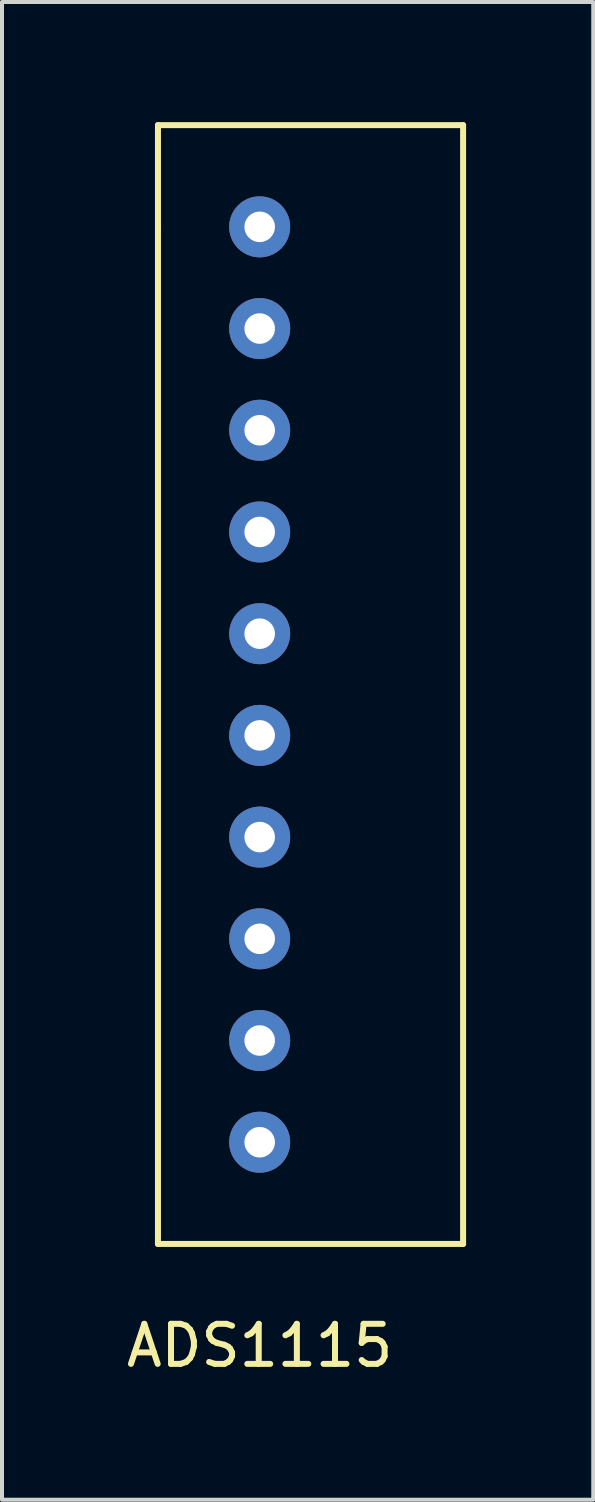
<source format=kicad_pcb>
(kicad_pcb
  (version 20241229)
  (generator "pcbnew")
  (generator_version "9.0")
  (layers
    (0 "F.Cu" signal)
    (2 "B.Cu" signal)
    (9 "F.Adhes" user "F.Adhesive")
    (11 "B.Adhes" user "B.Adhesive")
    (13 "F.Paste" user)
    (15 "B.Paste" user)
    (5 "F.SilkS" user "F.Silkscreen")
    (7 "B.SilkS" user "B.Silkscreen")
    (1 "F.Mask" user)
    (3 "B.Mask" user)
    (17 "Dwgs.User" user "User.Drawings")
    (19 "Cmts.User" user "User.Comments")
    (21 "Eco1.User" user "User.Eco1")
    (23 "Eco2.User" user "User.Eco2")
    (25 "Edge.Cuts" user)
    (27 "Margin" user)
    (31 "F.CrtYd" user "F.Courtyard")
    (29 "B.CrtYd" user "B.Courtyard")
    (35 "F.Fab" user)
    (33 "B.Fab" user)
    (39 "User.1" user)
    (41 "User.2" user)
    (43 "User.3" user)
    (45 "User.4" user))
  (footprint "ADS1115"
    (layer "F.Cu")
    (at 8.515 7.695)
    (property "Reference" "ADS1115" (at -5.08 22.86 0) (layer "F.SilkS") (effects (font (size 1 1) (thickness 0.15))))
    (attr through_hole)
    (fp_line (start -7.62 -7.62) (end 0 -7.62) (stroke (width 0.15) (type solid)) (layer "F.SilkS"))
    (fp_line (start -7.62 -5.08) (end -7.62 -7.62) (stroke (width 0.15) (type solid)) (layer "F.SilkS"))
    (fp_line (start -7.62 20.32) (end -7.62 -5.08) (stroke (width 0.15) (type solid)) (layer "F.SilkS"))
    (fp_line (start 0 -7.62) (end 0 20.32) (stroke (width 0.15) (type solid)) (layer "F.SilkS"))
    (fp_line (start 0 20.32) (end -7.62 20.32) (stroke (width 0.15) (type solid)) (layer "F.SilkS"))
    (pad "1" thru_hole circle (at -5.08 -5.08) (size 1.524 1.524) (drill 0.762) (layers "*.Cu" "*.Mask"))
    (pad "2" thru_hole circle (at -5.08 -2.54) (size 1.524 1.524) (drill 0.762) (layers "*.Cu" "*.Mask"))
    (pad "3" thru_hole circle (at -5.08 0) (size 1.524 1.524) (drill 0.762) (layers "*.Cu" "*.Mask"))
    (pad "4" thru_hole circle (at -5.08 2.54) (size 1.524 1.524) (drill 0.762) (layers "*.Cu" "*.Mask"))
    (pad "5" thru_hole circle (at -5.08 5.08) (size 1.524 1.524) (drill 0.762) (layers "*.Cu" "*.Mask"))
    (pad "6" thru_hole circle (at -5.08 7.62) (size 1.524 1.524) (drill 0.762) (layers "*.Cu" "*.Mask"))
    (pad "7" thru_hole circle (at -5.08 10.16) (size 1.524 1.524) (drill 0.762) (layers "*.Cu" "*.Mask"))
    (pad "8" thru_hole circle (at -5.08 12.7) (size 1.524 1.524) (drill 0.762) (layers "*.Cu" "*.Mask"))
    (pad "9" thru_hole circle (at -5.08 15.24) (size 1.524 1.524) (drill 0.762) (layers "*.Cu" "*.Mask"))
    (pad "10" thru_hole circle (at -5.08 17.78) (size 1.524 1.524) (drill 0.762) (layers "*.Cu" "*.Mask")))
  (gr_rect
    (start -3 -3)
    (end 11.765 34.403)
    (stroke (width 0.1) (type default))
    (fill no)
    (layer "Edge.Cuts")))
</source>
